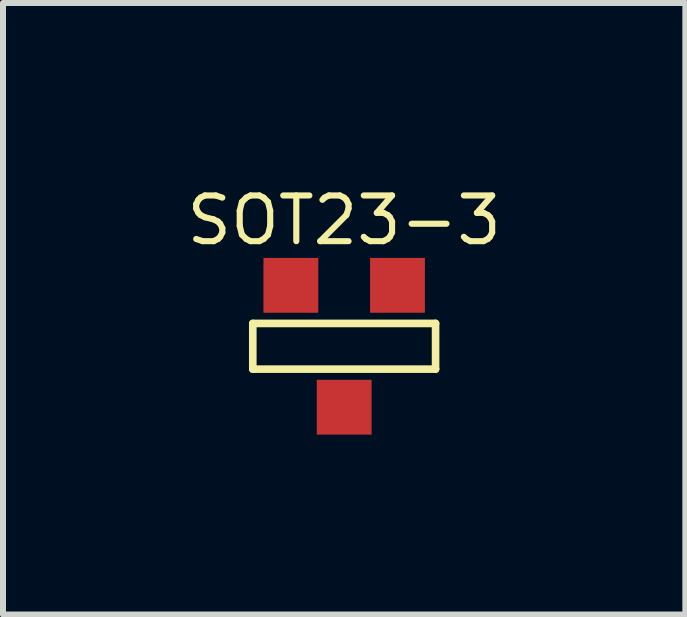
<source format=kicad_pcb>
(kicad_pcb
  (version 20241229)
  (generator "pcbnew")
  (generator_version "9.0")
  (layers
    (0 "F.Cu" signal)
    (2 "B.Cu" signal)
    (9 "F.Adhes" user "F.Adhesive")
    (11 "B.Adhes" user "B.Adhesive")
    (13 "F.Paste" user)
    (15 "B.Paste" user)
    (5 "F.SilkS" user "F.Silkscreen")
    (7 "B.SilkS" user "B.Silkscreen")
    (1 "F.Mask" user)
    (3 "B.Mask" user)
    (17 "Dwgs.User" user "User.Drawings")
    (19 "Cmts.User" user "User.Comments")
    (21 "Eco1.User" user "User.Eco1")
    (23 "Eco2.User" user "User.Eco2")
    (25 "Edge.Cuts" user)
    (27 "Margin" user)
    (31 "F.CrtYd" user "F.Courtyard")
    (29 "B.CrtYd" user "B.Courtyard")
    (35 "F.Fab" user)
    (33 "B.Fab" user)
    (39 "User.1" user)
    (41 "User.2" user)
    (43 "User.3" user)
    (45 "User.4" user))
  (footprint "SOT23-3"
    (layer "F.Cu")
    (at 2.689 2.724)
    (property "Reference" "SOT23-3" (at 0 -2.1 0) (layer "F.SilkS") (effects (font (size 0.762 0.762) (thickness 0.102))))
    (attr smd)
    (fp_line (start -1.524 -0.381) (end 1.524 -0.381) (stroke (width 0.127) (type solid)) (layer "F.SilkS"))
    (fp_line (start -1.524 0.381) (end -1.524 -0.381) (stroke (width 0.127) (type solid)) (layer "F.SilkS"))
    (fp_line (start 1.524 -0.381) (end 1.524 0.381) (stroke (width 0.127) (type solid)) (layer "F.SilkS"))
    (fp_line (start 1.524 0.381) (end -1.524 0.381) (stroke (width 0.127) (type solid)) (layer "F.SilkS"))
    (pad "1" smd rect (at 0.889 -1.016) (size 0.914 0.914) (layers "F.Cu" "F.Mask" "F.Paste"))
    (pad "2" smd rect (at -0.889 -1.016) (size 0.914 0.914) (layers "F.Cu" "F.Mask" "F.Paste"))
    (pad "3" smd rect (at 0 1.016) (size 0.914 0.914) (layers "F.Cu" "F.Mask" "F.Paste")))
  (gr_rect
    (start -3 -3)
    (end 8.378 7.197)
    (stroke (width 0.1) (type default))
    (fill no)
    (layer "Edge.Cuts")))
</source>
